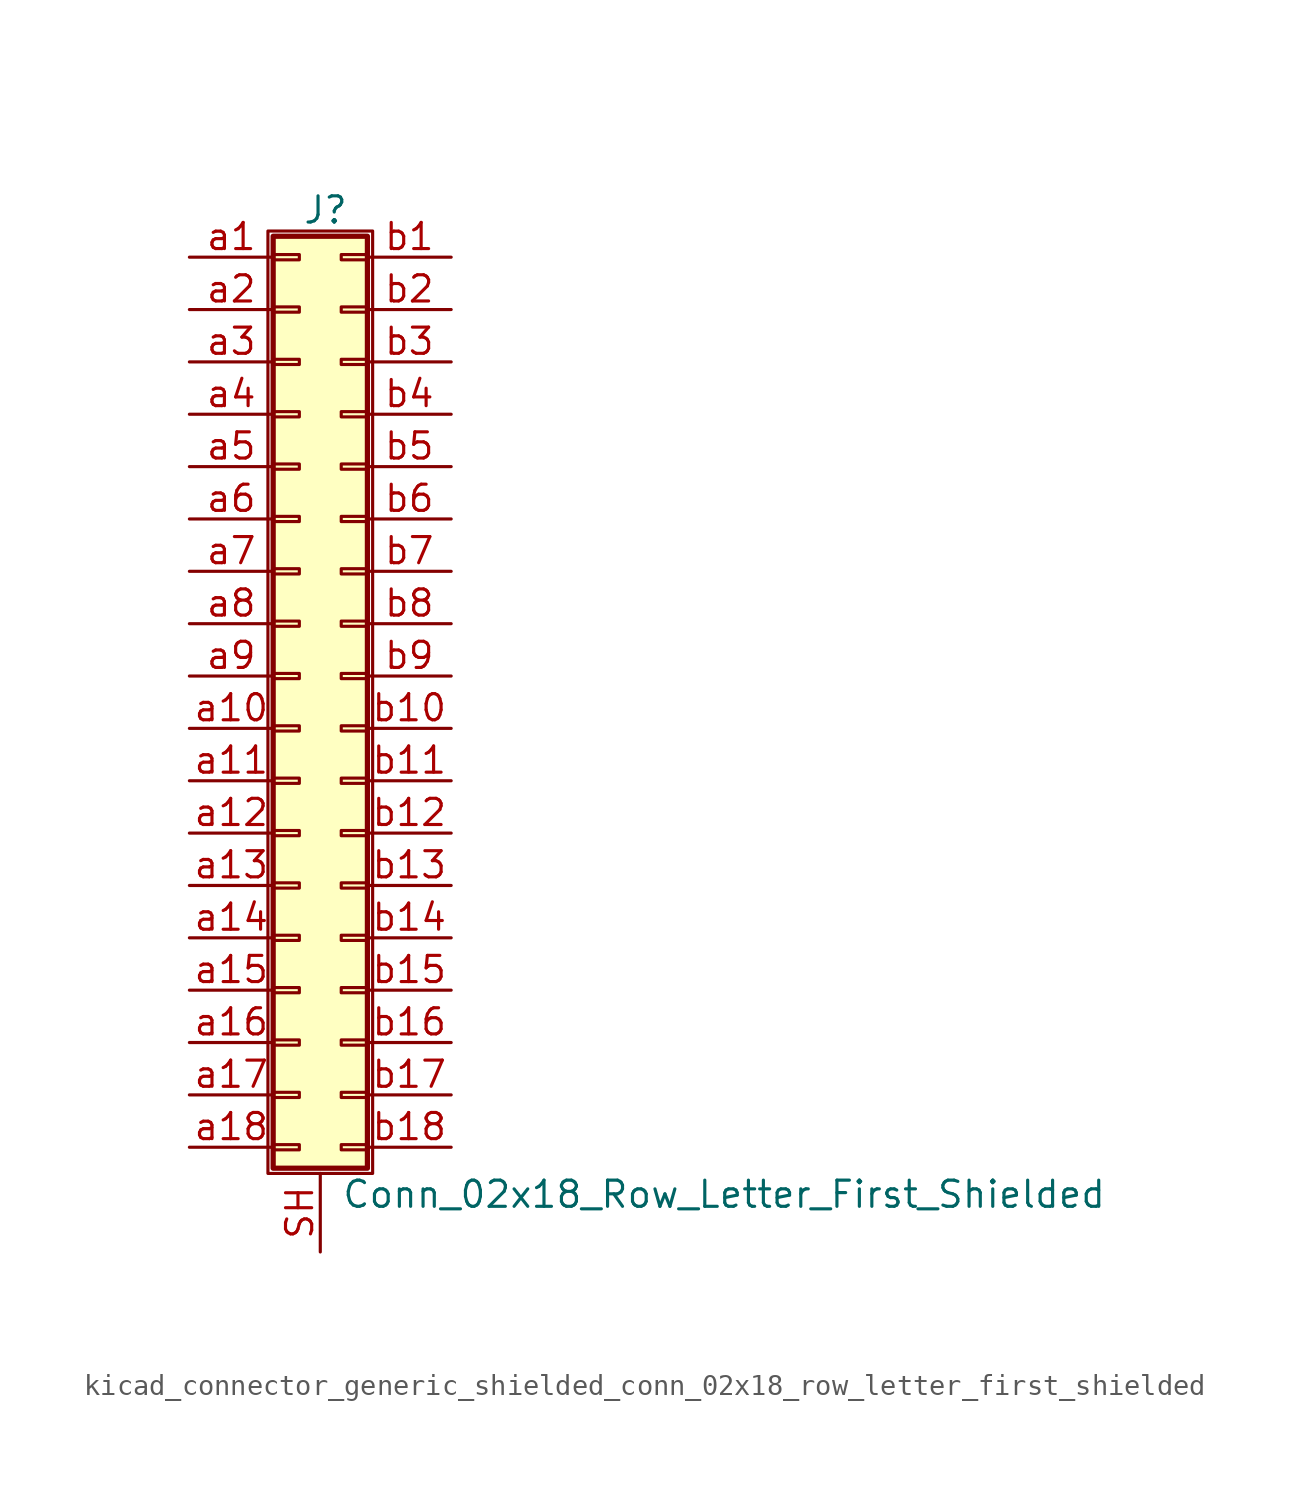
<source format=kicad_sym>
(kicad_symbol_lib
  (version 20220914)
  (generator kicad_symbol_editor)
  (symbol "kicad_connector_generic_shielded_conn_02x18_row_letter_first_shielded"
    (pin_names
      (offset 1.016) hide)
    (property "Reference" "J"
      (at 1.524 22.606 0)
      (effects (font (size 1.27 1.27))))
    (property "Value" "Conn_02x18_Row_Letter_First_Shielded"
      (at 2.286 -25.146 0)
      (effects (font (size 1.27 1.27)) (justify left)))
    (symbol "kicad_connector_generic_shielded_conn_02x18_row_letter_first_shielded_1_1"
      (rectangle (start -1.27 21.59) (end 3.81 -24.13) (stroke (width 0.152) (type default)) (fill (type none)))
      (rectangle (start -1.016 -22.733) (end 0.254 -22.987) (stroke (width 0.152) (type default)) (fill (type none)))
      (rectangle (start -1.016 -20.193) (end 0.254 -20.447) (stroke (width 0.152) (type default)) (fill (type none)))
      (rectangle (start -1.016 -17.653) (end 0.254 -17.907) (stroke (width 0.152) (type default)) (fill (type none)))
      (rectangle (start -1.016 -15.113) (end 0.254 -15.367) (stroke (width 0.152) (type default)) (fill (type none)))
      (rectangle (start -1.016 -12.573) (end 0.254 -12.827) (stroke (width 0.152) (type default)) (fill (type none)))
      (rectangle (start -1.016 -10.033) (end 0.254 -10.287) (stroke (width 0.152) (type default)) (fill (type none)))
      (rectangle (start -1.016 -7.493) (end 0.254 -7.747) (stroke (width 0.152) (type default)) (fill (type none)))
      (rectangle (start -1.016 -4.953) (end 0.254 -5.207) (stroke (width 0.152) (type default)) (fill (type none)))
      (rectangle (start -1.016 -2.413) (end 0.254 -2.667) (stroke (width 0.152) (type default)) (fill (type none)))
      (rectangle (start -1.016 0.127) (end 0.254 -0.127) (stroke (width 0.152) (type default)) (fill (type none)))
      (rectangle (start -1.016 2.667) (end 0.254 2.413) (stroke (width 0.152) (type default)) (fill (type none)))
      (rectangle (start -1.016 5.207) (end 0.254 4.953) (stroke (width 0.152) (type default)) (fill (type none)))
      (rectangle (start -1.016 7.747) (end 0.254 7.493) (stroke (width 0.152) (type default)) (fill (type none)))
      (rectangle (start -1.016 10.287) (end 0.254 10.033) (stroke (width 0.152) (type default)) (fill (type none)))
      (rectangle (start -1.016 12.827) (end 0.254 12.573) (stroke (width 0.152) (type default)) (fill (type none)))
      (rectangle (start -1.016 15.367) (end 0.254 15.113) (stroke (width 0.152) (type default)) (fill (type none)))
      (rectangle (start -1.016 17.907) (end 0.254 17.653) (stroke (width 0.152) (type default)) (fill (type none)))
      (rectangle (start -1.016 20.447) (end 0.254 20.193) (stroke (width 0.152) (type default)) (fill (type none)))
      (rectangle (start -1.016 21.336) (end 3.556 -23.876) (stroke (width 0.254) (type default)) (fill (type background)))
      (rectangle (start 3.556 -22.733) (end 2.286 -22.987) (stroke (width 0.152) (type default)) (fill (type none)))
      (rectangle (start 3.556 -20.193) (end 2.286 -20.447) (stroke (width 0.152) (type default)) (fill (type none)))
      (rectangle (start 3.556 -17.653) (end 2.286 -17.907) (stroke (width 0.152) (type default)) (fill (type none)))
      (rectangle (start 3.556 -15.113) (end 2.286 -15.367) (stroke (width 0.152) (type default)) (fill (type none)))
      (rectangle (start 3.556 -12.573) (end 2.286 -12.827) (stroke (width 0.152) (type default)) (fill (type none)))
      (rectangle (start 3.556 -10.033) (end 2.286 -10.287) (stroke (width 0.152) (type default)) (fill (type none)))
      (rectangle (start 3.556 -7.493) (end 2.286 -7.747) (stroke (width 0.152) (type default)) (fill (type none)))
      (rectangle (start 3.556 -4.953) (end 2.286 -5.207) (stroke (width 0.152) (type default)) (fill (type none)))
      (rectangle (start 3.556 -2.413) (end 2.286 -2.667) (stroke (width 0.152) (type default)) (fill (type none)))
      (rectangle (start 3.556 0.127) (end 2.286 -0.127) (stroke (width 0.152) (type default)) (fill (type none)))
      (rectangle (start 3.556 2.667) (end 2.286 2.413) (stroke (width 0.152) (type default)) (fill (type none)))
      (rectangle (start 3.556 5.207) (end 2.286 4.953) (stroke (width 0.152) (type default)) (fill (type none)))
      (rectangle (start 3.556 7.747) (end 2.286 7.493) (stroke (width 0.152) (type default)) (fill (type none)))
      (rectangle (start 3.556 10.287) (end 2.286 10.033) (stroke (width 0.152) (type default)) (fill (type none)))
      (rectangle (start 3.556 12.827) (end 2.286 12.573) (stroke (width 0.152) (type default)) (fill (type none)))
      (rectangle (start 3.556 15.367) (end 2.286 15.113) (stroke (width 0.152) (type default)) (fill (type none)))
      (rectangle (start 3.556 17.907) (end 2.286 17.653) (stroke (width 0.152) (type default)) (fill (type none)))
      (rectangle (start 3.556 20.447) (end 2.286 20.193) (stroke (width 0.152) (type default)) (fill (type none)))
      (pin passive line (at 1.27 -27.94 90) (length 3.81) (name "Shield" (effects (font (size 1.27 1.27)))) (number "SH" (effects (font (size 1.27 1.27)))))
      (pin passive line (at -5.08 20.32 0) (length 4.064) (name "Pin_a1" (effects (font (size 1.27 1.27)))) (number "a1" (effects (font (size 1.27 1.27)))))
      (pin passive line (at -5.08 -2.54 0) (length 4.064) (name "Pin_a10" (effects (font (size 1.27 1.27)))) (number "a10" (effects (font (size 1.27 1.27)))))
      (pin passive line (at -5.08 -5.08 0) (length 4.064) (name "Pin_a11" (effects (font (size 1.27 1.27)))) (number "a11" (effects (font (size 1.27 1.27)))))
      (pin passive line (at -5.08 -7.62 0) (length 4.064) (name "Pin_a12" (effects (font (size 1.27 1.27)))) (number "a12" (effects (font (size 1.27 1.27)))))
      (pin passive line (at -5.08 -10.16 0) (length 4.064) (name "Pin_a13" (effects (font (size 1.27 1.27)))) (number "a13" (effects (font (size 1.27 1.27)))))
      (pin passive line (at -5.08 -12.7 0) (length 4.064) (name "Pin_a14" (effects (font (size 1.27 1.27)))) (number "a14" (effects (font (size 1.27 1.27)))))
      (pin passive line (at -5.08 -15.24 0) (length 4.064) (name "Pin_a15" (effects (font (size 1.27 1.27)))) (number "a15" (effects (font (size 1.27 1.27)))))
      (pin passive line (at -5.08 -17.78 0) (length 4.064) (name "Pin_a16" (effects (font (size 1.27 1.27)))) (number "a16" (effects (font (size 1.27 1.27)))))
      (pin passive line (at -5.08 -20.32 0) (length 4.064) (name "Pin_a17" (effects (font (size 1.27 1.27)))) (number "a17" (effects (font (size 1.27 1.27)))))
      (pin passive line (at -5.08 -22.86 0) (length 4.064) (name "Pin_a18" (effects (font (size 1.27 1.27)))) (number "a18" (effects (font (size 1.27 1.27)))))
      (pin passive line (at -5.08 17.78 0) (length 4.064) (name "Pin_a2" (effects (font (size 1.27 1.27)))) (number "a2" (effects (font (size 1.27 1.27)))))
      (pin passive line (at -5.08 15.24 0) (length 4.064) (name "Pin_a3" (effects (font (size 1.27 1.27)))) (number "a3" (effects (font (size 1.27 1.27)))))
      (pin passive line (at -5.08 12.7 0) (length 4.064) (name "Pin_a4" (effects (font (size 1.27 1.27)))) (number "a4" (effects (font (size 1.27 1.27)))))
      (pin passive line (at -5.08 10.16 0) (length 4.064) (name "Pin_a5" (effects (font (size 1.27 1.27)))) (number "a5" (effects (font (size 1.27 1.27)))))
      (pin passive line (at -5.08 7.62 0) (length 4.064) (name "Pin_a6" (effects (font (size 1.27 1.27)))) (number "a6" (effects (font (size 1.27 1.27)))))
      (pin passive line (at -5.08 5.08 0) (length 4.064) (name "Pin_a7" (effects (font (size 1.27 1.27)))) (number "a7" (effects (font (size 1.27 1.27)))))
      (pin passive line (at -5.08 2.54 0) (length 4.064) (name "Pin_a8" (effects (font (size 1.27 1.27)))) (number "a8" (effects (font (size 1.27 1.27)))))
      (pin passive line (at -5.08 0 0) (length 4.064) (name "Pin_a9" (effects (font (size 1.27 1.27)))) (number "a9" (effects (font (size 1.27 1.27)))))
      (pin passive line (at 7.62 20.32 180) (length 4.064) (name "Pin_b1" (effects (font (size 1.27 1.27)))) (number "b1" (effects (font (size 1.27 1.27)))))
      (pin passive line (at 7.62 -2.54 180) (length 4.064) (name "Pin_b10" (effects (font (size 1.27 1.27)))) (number "b10" (effects (font (size 1.27 1.27)))))
      (pin passive line (at 7.62 -5.08 180) (length 4.064) (name "Pin_b11" (effects (font (size 1.27 1.27)))) (number "b11" (effects (font (size 1.27 1.27)))))
      (pin passive line (at 7.62 -7.62 180) (length 4.064) (name "Pin_b12" (effects (font (size 1.27 1.27)))) (number "b12" (effects (font (size 1.27 1.27)))))
      (pin passive line (at 7.62 -10.16 180) (length 4.064) (name "Pin_b13" (effects (font (size 1.27 1.27)))) (number "b13" (effects (font (size 1.27 1.27)))))
      (pin passive line (at 7.62 -12.7 180) (length 4.064) (name "Pin_b14" (effects (font (size 1.27 1.27)))) (number "b14" (effects (font (size 1.27 1.27)))))
      (pin passive line (at 7.62 -15.24 180) (length 4.064) (name "Pin_b15" (effects (font (size 1.27 1.27)))) (number "b15" (effects (font (size 1.27 1.27)))))
      (pin passive line (at 7.62 -17.78 180) (length 4.064) (name "Pin_b16" (effects (font (size 1.27 1.27)))) (number "b16" (effects (font (size 1.27 1.27)))))
      (pin passive line (at 7.62 -20.32 180) (length 4.064) (name "Pin_b17" (effects (font (size 1.27 1.27)))) (number "b17" (effects (font (size 1.27 1.27)))))
      (pin passive line (at 7.62 -22.86 180) (length 4.064) (name "Pin_b18" (effects (font (size 1.27 1.27)))) (number "b18" (effects (font (size 1.27 1.27)))))
      (pin passive line (at 7.62 17.78 180) (length 4.064) (name "Pin_b2" (effects (font (size 1.27 1.27)))) (number "b2" (effects (font (size 1.27 1.27)))))
      (pin passive line (at 7.62 15.24 180) (length 4.064) (name "Pin_b3" (effects (font (size 1.27 1.27)))) (number "b3" (effects (font (size 1.27 1.27)))))
      (pin passive line (at 7.62 12.7 180) (length 4.064) (name "Pin_b4" (effects (font (size 1.27 1.27)))) (number "b4" (effects (font (size 1.27 1.27)))))
      (pin passive line (at 7.62 10.16 180) (length 4.064) (name "Pin_b5" (effects (font (size 1.27 1.27)))) (number "b5" (effects (font (size 1.27 1.27)))))
      (pin passive line (at 7.62 7.62 180) (length 4.064) (name "Pin_b6" (effects (font (size 1.27 1.27)))) (number "b6" (effects (font (size 1.27 1.27)))))
      (pin passive line (at 7.62 5.08 180) (length 4.064) (name "Pin_b7" (effects (font (size 1.27 1.27)))) (number "b7" (effects (font (size 1.27 1.27)))))
      (pin passive line (at 7.62 2.54 180) (length 4.064) (name "Pin_b8" (effects (font (size 1.27 1.27)))) (number "b8" (effects (font (size 1.27 1.27)))))
      (pin passive line (at 7.62 0 180) (length 4.064) (name "Pin_b9" (effects (font (size 1.27 1.27)))) (number "b9" (effects (font (size 1.27 1.27))))))))
</source>
